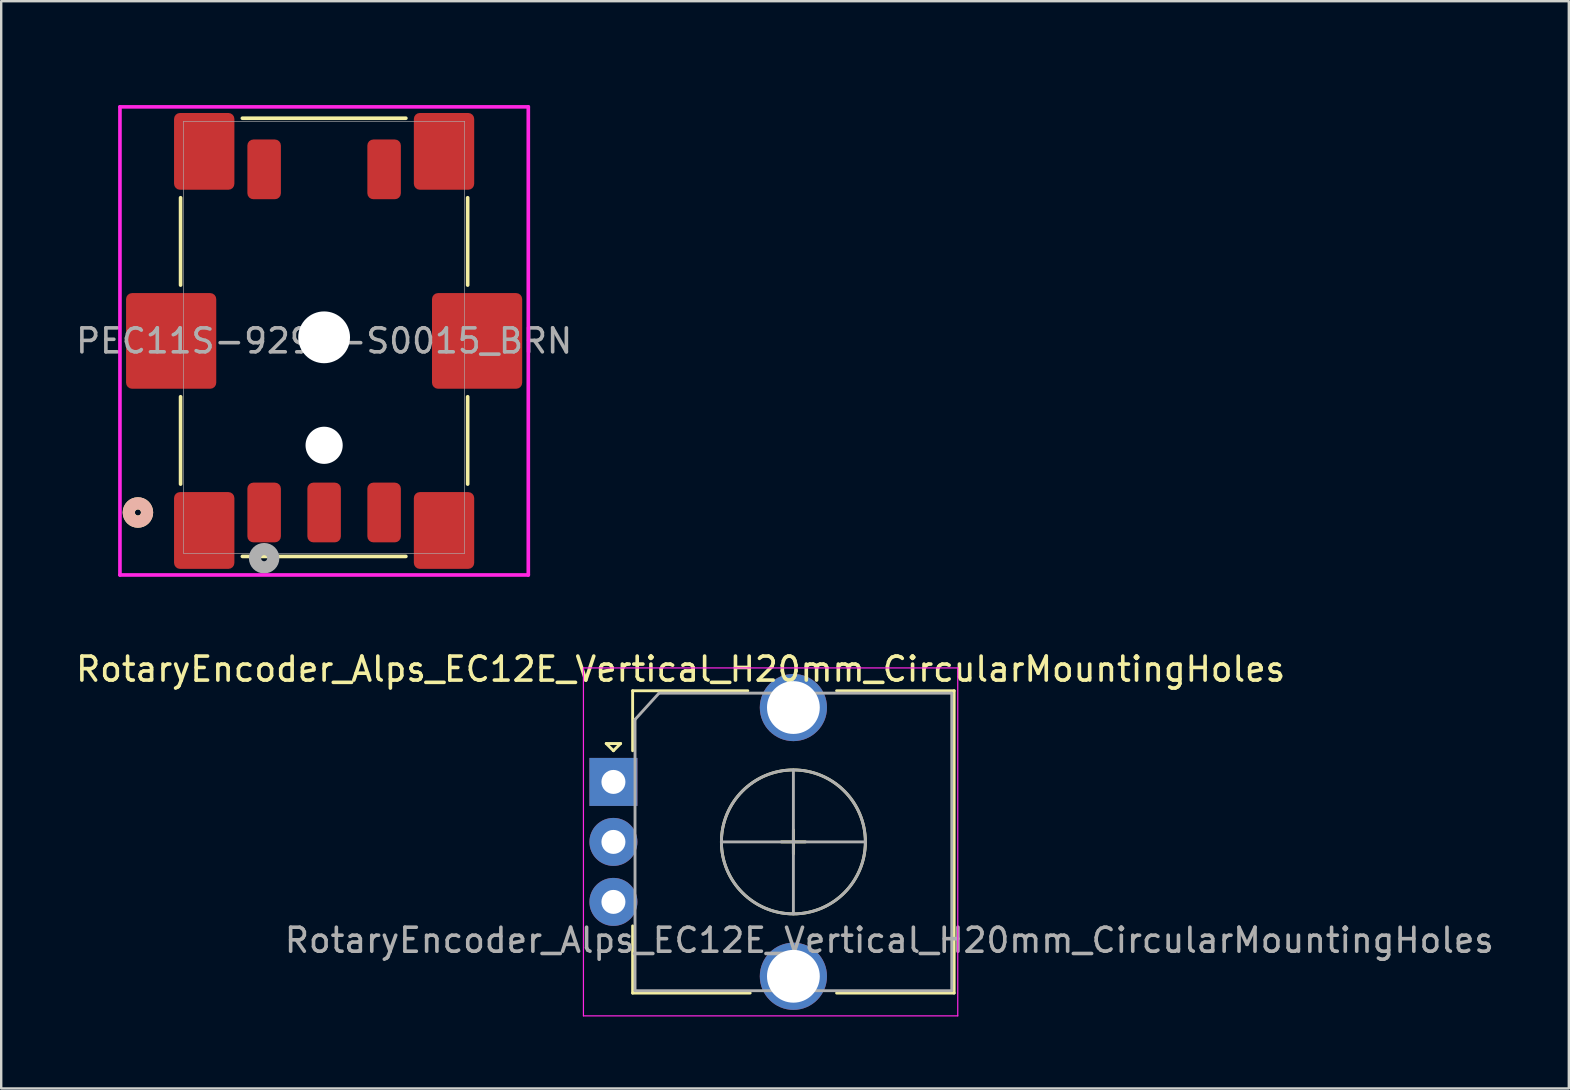
<source format=kicad_pcb>
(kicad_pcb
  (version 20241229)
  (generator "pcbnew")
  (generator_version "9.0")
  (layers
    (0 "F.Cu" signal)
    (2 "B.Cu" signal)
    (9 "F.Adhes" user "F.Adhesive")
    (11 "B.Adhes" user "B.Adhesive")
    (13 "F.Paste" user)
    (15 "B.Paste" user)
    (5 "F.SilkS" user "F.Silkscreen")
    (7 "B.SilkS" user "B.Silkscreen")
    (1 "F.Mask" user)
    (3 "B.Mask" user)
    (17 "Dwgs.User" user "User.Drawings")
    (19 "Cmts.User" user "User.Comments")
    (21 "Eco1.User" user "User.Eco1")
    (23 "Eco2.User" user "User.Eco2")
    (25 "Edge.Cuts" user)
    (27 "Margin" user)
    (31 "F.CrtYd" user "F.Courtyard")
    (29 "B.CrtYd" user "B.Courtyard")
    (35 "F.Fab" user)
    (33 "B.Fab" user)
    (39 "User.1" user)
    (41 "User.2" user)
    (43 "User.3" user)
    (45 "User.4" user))
  (footprint "RotaryEncoder_Alps_EC12E_Vertical_H20mm_CircularMountingHoles"
    (layer "F.Cu")
    (at 30.015 32.037)
    (property "Reference" "RotaryEncoder_Alps_EC12E_Vertical_H20mm_CircularMountingHoles" (at -4.7 -7.2 0) (layer "F.SilkS") (effects (font (size 1 1) (thickness 0.15))))
    (attr through_hole)
    (fp_line (start -7.8 -4.1) (end -7.2 -4.1) (stroke (width 0.12) (type solid)) (layer "F.SilkS"))
    (fp_line (start -7.5 -3.8) (end -7.8 -4.1) (stroke (width 0.12) (type solid)) (layer "F.SilkS"))
    (fp_line (start -7.2 -4.1) (end -7.5 -3.8) (stroke (width 0.12) (type solid)) (layer "F.SilkS"))
    (fp_line (start -6.7 -6.3) (end -6.7 -3.8) (stroke (width 0.12) (type solid)) (layer "F.SilkS"))
    (fp_line (start -6.7 6.3) (end -6.7 3.5) (stroke (width 0.12) (type solid)) (layer "F.SilkS"))
    (fp_line (start -1.9 -6.3) (end -6.7 -6.3) (stroke (width 0.12) (type solid)) (layer "F.SilkS"))
    (fp_line (start -1.8 6.3) (end -6.7 6.3) (stroke (width 0.12) (type solid)) (layer "F.SilkS"))
    (fp_line (start -0.5 0) (end 0.5 0) (stroke (width 0.12) (type solid)) (layer "F.SilkS"))
    (fp_line (start 0 -0.5) (end 0 0.5) (stroke (width 0.12) (type solid)) (layer "F.SilkS"))
    (fp_line (start 1.8 -6.3) (end 6.7 -6.3) (stroke (width 0.12) (type solid)) (layer "F.SilkS"))
    (fp_line (start 6.7 -6.3) (end 6.7 6.3) (stroke (width 0.12) (type solid)) (layer "F.SilkS"))
    (fp_line (start 6.7 6.3) (end 1.8 6.3) (stroke (width 0.12) (type solid)) (layer "F.SilkS"))
    (fp_circle (center 0 0) (end 3 0) (stroke (width 0.12) (type solid)) (fill no) (layer "F.SilkS"))
    (fp_line (start -8.75 -7.25) (end -8.75 7.25) (stroke (width 0.05) (type solid)) (layer "F.CrtYd"))
    (fp_line (start -8.75 -7.25) (end 6.85 -7.25) (stroke (width 0.05) (type solid)) (layer "F.CrtYd"))
    (fp_line (start 6.85 7.25) (end -8.75 7.25) (stroke (width 0.05) (type solid)) (layer "F.CrtYd"))
    (fp_line (start 6.85 7.25) (end 6.85 -7.25) (stroke (width 0.05) (type solid)) (layer "F.CrtYd"))
    (fp_line (start -6.6 -5.1) (end -5.6 -6.2) (stroke (width 0.12) (type solid)) (layer "F.Fab"))
    (fp_line (start -6.6 6.2) (end -6.6 -5.1) (stroke (width 0.12) (type solid)) (layer "F.Fab"))
    (fp_line (start -5.6 -6.2) (end 6.6 -6.2) (stroke (width 0.12) (type solid)) (layer "F.Fab"))
    (fp_line (start -3 0) (end 3 0) (stroke (width 0.12) (type solid)) (layer "F.Fab"))
    (fp_line (start 0 -3) (end 0 3) (stroke (width 0.12) (type solid)) (layer "F.Fab"))
    (fp_line (start 6.6 -6.2) (end 6.6 6.2) (stroke (width 0.12) (type solid)) (layer "F.Fab"))
    (fp_line (start 6.6 6.2) (end -6.6 6.2) (stroke (width 0.12) (type solid)) (layer "F.Fab"))
    (fp_circle (center 0 0) (end 3 0) (stroke (width 0.12) (type solid)) (fill no) (layer "F.Fab"))
    (fp_text user "${REFERENCE}" (at 4 4.1 0) (layer "F.Fab") (effects (font (size 1 1) (thickness 0.15))))
    (pad "A" thru_hole rect (at -7.5 -2.5) (size 2 2) (drill 1) (layers "*.Cu" "*.Mask"))
    (pad "B" thru_hole circle (at -7.5 2.5) (size 2 2) (drill 1) (layers "*.Cu" "*.Mask"))
    (pad "C" thru_hole circle (at -7.5 0) (size 2 2) (drill 1) (layers "*.Cu" "*.Mask"))
    (pad "MP" thru_hole circle (at 0 -5.6) (size 2.8 2.8) (drill 2.2) (layers "*.Cu" "*.Mask"))
    (pad "MP" thru_hole circle (at 0 5.6) (size 2.8 2.8) (drill 2.2) (layers "*.Cu" "*.Mask")))
  (footprint "PEC11S-929K-S0015_BRN"
    (layer "F.Cu")
    (at 10.458 11.008)
    (property "Reference" "PEC11S-929K-S0015_BRN" (at 0 -10.16 0) (unlocked yes) (layer "User.2") (effects (font (size 1 1) (thickness 0.15))))
    (attr smd)
    (fp_line (start -5.982 -5.817) (end -5.982 -2.177) (stroke (width 0.152) (type solid)) (layer "F.SilkS"))
    (fp_line (start -5.982 2.477) (end -5.982 6.117) (stroke (width 0.152) (type solid)) (layer "F.SilkS"))
    (fp_line (start -3.407 9.131) (end 3.407 9.131) (stroke (width 0.152) (type solid)) (layer "F.SilkS"))
    (fp_line (start 3.407 -9.131) (end -3.407 -9.131) (stroke (width 0.152) (type solid)) (layer "F.SilkS"))
    (fp_line (start 5.982 -2.177) (end 5.982 -5.817) (stroke (width 0.152) (type solid)) (layer "F.SilkS"))
    (fp_line (start 5.982 6.117) (end 5.982 2.477) (stroke (width 0.152) (type solid)) (layer "F.SilkS"))
    (fp_circle (center -7.76 7.3) (end -7.379 7.3) (stroke (width 0.508) (type solid)) (fill no) (layer "F.SilkS"))
    (fp_circle (center -7.76 7.3) (end -7.379 7.3) (stroke (width 0.508) (type solid)) (fill no) (layer "B.SilkS"))
    (fp_line (start -8.509 -9.604) (end -8.509 9.904) (stroke (width 0.152) (type solid)) (layer "F.CrtYd"))
    (fp_line (start -8.509 9.904) (end 8.509 9.904) (stroke (width 0.152) (type solid)) (layer "F.CrtYd"))
    (fp_line (start 8.509 -9.604) (end -8.509 -9.604) (stroke (width 0.152) (type solid)) (layer "F.CrtYd"))
    (fp_line (start 8.509 9.904) (end 8.509 -9.604) (stroke (width 0.152) (type solid)) (layer "F.CrtYd"))
    (fp_line (start -5.855 -9.004) (end -5.855 9.004) (stroke (width 0.025) (type solid)) (layer "F.Fab"))
    (fp_line (start -5.855 9.004) (end 5.855 9.004) (stroke (width 0.025) (type solid)) (layer "F.Fab"))
    (fp_line (start 5.855 -9.004) (end -5.855 -9.004) (stroke (width 0.025) (type solid)) (layer "F.Fab"))
    (fp_line (start 5.855 9.004) (end 5.855 -9.004) (stroke (width 0.025) (type solid)) (layer "F.Fab"))
    (fp_circle (center -2.5 9.205) (end -2.119 9.205) (stroke (width 0.508) (type solid)) (fill no) (layer "F.Fab"))
    (fp_text user "${REFERENCE}" (at 0 0.15 0) (unlocked yes) (layer "F.Fab") (effects (font (size 1 1) (thickness 0.15))))
    (pad "" np_thru_hole circle (at 0 0) (size 2.159 2.159) (drill 2.159) (layers "*.Cu" "*.Mask"))
    (pad "" np_thru_hole circle (at 0 4.5) (size 1.549 1.549) (drill 1.549) (layers "*.Cu" "*.Mask"))
    (pad "A" smd roundrect (at -2.5 7.3) (size 1.397 2.489) (layers "F.Cu" "F.Mask" "F.Paste") (roundrect_rratio 0.179))
    (pad "B" smd roundrect (at 2.5 7.3) (size 1.397 2.489) (layers "F.Cu" "F.Mask" "F.Paste") (roundrect_rratio 0.179))
    (pad "C" smd roundrect (at -6.375 0.15) (size 3.759 3.988) (layers "F.Cu" "F.Mask" "F.Paste") (roundrect_rratio 0.067))
    (pad "C" smd roundrect (at -4.997 -7.75) (size 2.515 3.2) (layers "F.Cu" "F.Mask" "F.Paste") (roundrect_rratio 0.099))
    (pad "C" smd roundrect (at -4.997 8.05) (size 2.515 3.2) (layers "F.Cu" "F.Mask" "F.Paste") (roundrect_rratio 0.099))
    (pad "C" smd roundrect (at 0 7.3) (size 1.397 2.489) (layers "F.Cu" "F.Mask" "F.Paste") (roundrect_rratio 0.179))
    (pad "C" smd roundrect (at 4.997 -7.75) (size 2.515 3.2) (layers "F.Cu" "F.Mask" "F.Paste") (roundrect_rratio 0.099))
    (pad "C" smd roundrect (at 4.997 8.05) (size 2.515 3.2) (layers "F.Cu" "F.Mask" "F.Paste") (roundrect_rratio 0.099))
    (pad "C" smd roundrect (at 6.375 0.15) (size 3.759 3.988) (layers "F.Cu" "F.Mask" "F.Paste") (roundrect_rratio 0.067))
    (pad "D" smd roundrect (at -2.5 -7) (size 1.397 2.489) (layers "F.Cu" "F.Mask" "F.Paste") (roundrect_rratio 0.179))
    (pad "E" smd roundrect (at 2.5 -7) (size 1.397 2.489) (layers "F.Cu" "F.Mask" "F.Paste") (roundrect_rratio 0.179)))
  (gr_rect
    (start -3 -3)
    (end 62.331 42.312)
    (stroke (width 0.1) (type default))
    (fill no)
    (layer "Edge.Cuts")))
</source>
